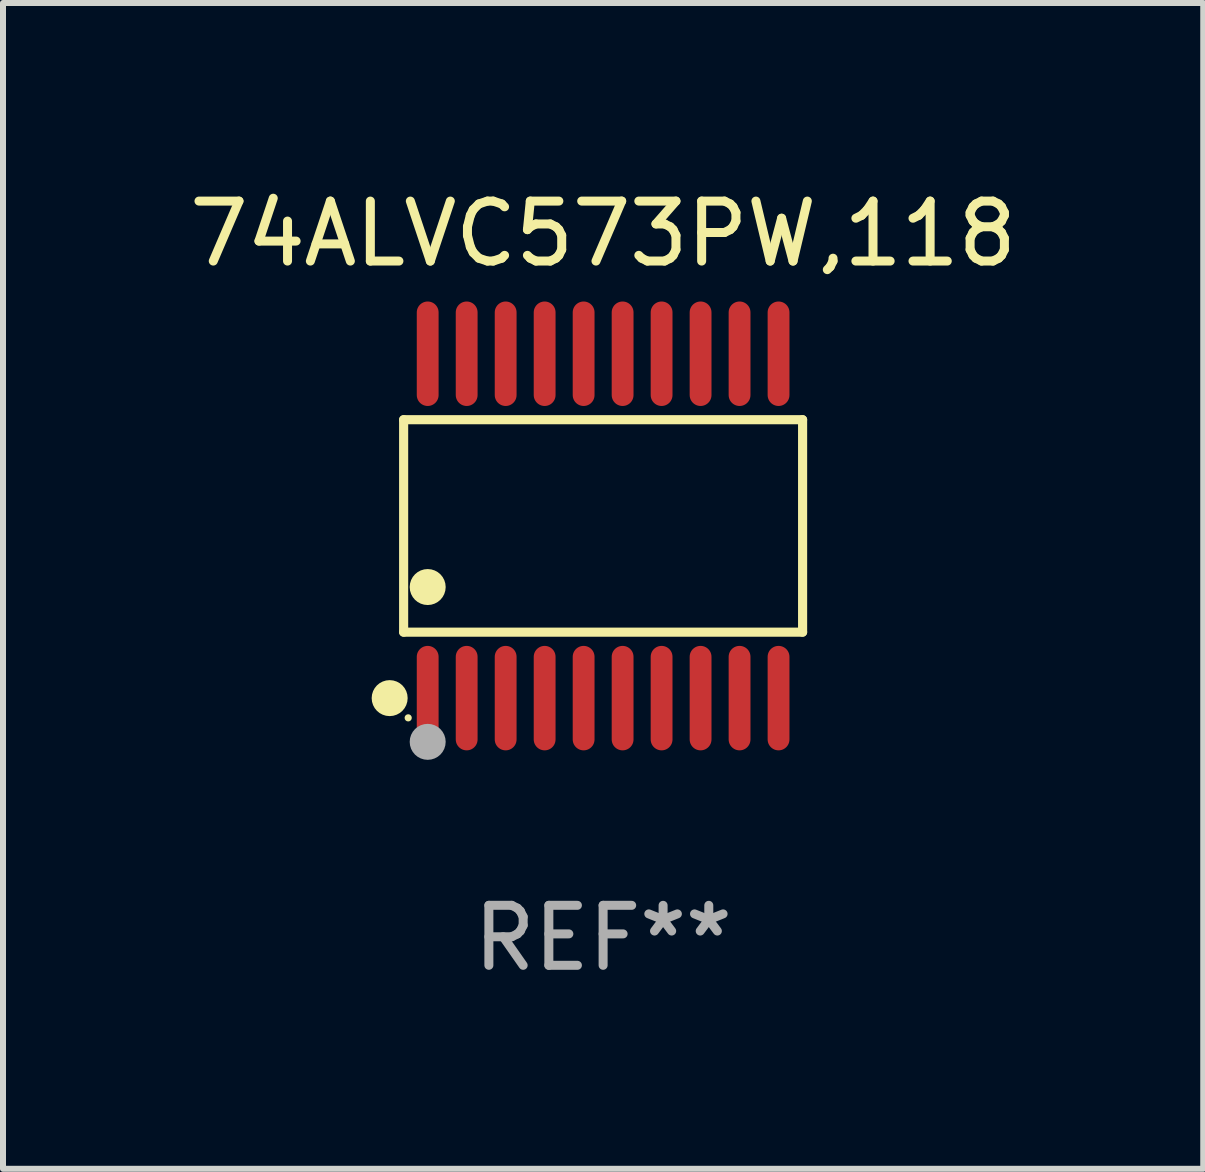
<source format=kicad_pcb>
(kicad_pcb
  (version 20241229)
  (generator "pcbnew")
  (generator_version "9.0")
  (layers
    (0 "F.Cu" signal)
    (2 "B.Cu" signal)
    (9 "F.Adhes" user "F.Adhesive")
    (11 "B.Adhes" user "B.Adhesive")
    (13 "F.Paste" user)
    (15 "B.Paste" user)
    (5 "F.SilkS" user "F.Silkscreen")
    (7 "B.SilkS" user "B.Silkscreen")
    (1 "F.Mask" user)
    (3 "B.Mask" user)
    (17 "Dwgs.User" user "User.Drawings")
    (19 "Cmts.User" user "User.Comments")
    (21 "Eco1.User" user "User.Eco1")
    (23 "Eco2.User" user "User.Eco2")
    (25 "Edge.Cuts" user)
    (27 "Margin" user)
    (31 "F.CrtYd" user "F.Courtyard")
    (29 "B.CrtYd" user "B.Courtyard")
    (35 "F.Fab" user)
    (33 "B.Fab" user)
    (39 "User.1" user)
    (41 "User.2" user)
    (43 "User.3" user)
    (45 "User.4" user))
  (footprint "74ALVC573PW,118"
    (layer "F.Cu")
    (at 7.006 5.719)
    (property "Reference" "74ALVC573PW,118" (at 0 -4.871 0) (layer "F.SilkS") (effects (font (size 1 1) (thickness 0.15))))
    (attr through_hole)
    (fp_line (start -3.326 -1.771) (end 3.326 -1.771) (stroke (width 0.152) (type solid)) (layer "F.SilkS"))
    (fp_line (start -3.326 1.771) (end -3.326 -1.771) (stroke (width 0.152) (type solid)) (layer "F.SilkS"))
    (fp_line (start 3.326 -1.771) (end 3.326 1.771) (stroke (width 0.152) (type solid)) (layer "F.SilkS"))
    (fp_line (start 3.326 1.771) (end -3.326 1.771) (stroke (width 0.152) (type solid)) (layer "F.SilkS"))
    (fp_circle (center -3.559 2.871) (end -3.409 2.871) (stroke (width 0.3) (type solid)) (fill no) (layer "F.SilkS"))
    (fp_circle (center -3.25 3.2) (end -3.22 3.2) (stroke (width 0.06) (type solid)) (fill no) (layer "F.SilkS"))
    (fp_circle (center -2.925 1.019) (end -2.775 1.019) (stroke (width 0.3) (type solid)) (fill no) (layer "F.SilkS"))
    (fp_circle (center -2.925 3.6) (end -2.775 3.6) (stroke (width 0.3) (type solid)) (fill no) (layer "F.Fab"))
    (fp_text user "REF**" (at 0 6.871 0) (layer "F.Fab") (effects (font (size 1 1) (thickness 0.15))))
    (pad "1" smd oval (at -2.925 2.871) (size 0.364 1.742) (layers "F.Cu" "F.Mask" "F.Paste"))
    (pad "2" smd oval (at -2.275 2.871) (size 0.364 1.742) (layers "F.Cu" "F.Mask" "F.Paste"))
    (pad "3" smd oval (at -1.625 2.871) (size 0.364 1.742) (layers "F.Cu" "F.Mask" "F.Paste"))
    (pad "4" smd oval (at -0.975 2.871) (size 0.364 1.742) (layers "F.Cu" "F.Mask" "F.Paste"))
    (pad "5" smd oval (at -0.325 2.871) (size 0.364 1.742) (layers "F.Cu" "F.Mask" "F.Paste"))
    (pad "6" smd oval (at 0.325 2.871) (size 0.364 1.742) (layers "F.Cu" "F.Mask" "F.Paste"))
    (pad "7" smd oval (at 0.975 2.871) (size 0.364 1.742) (layers "F.Cu" "F.Mask" "F.Paste"))
    (pad "8" smd oval (at 1.625 2.871) (size 0.364 1.742) (layers "F.Cu" "F.Mask" "F.Paste"))
    (pad "9" smd oval (at 2.275 2.871) (size 0.364 1.742) (layers "F.Cu" "F.Mask" "F.Paste"))
    (pad "10" smd oval (at 2.925 2.871) (size 0.364 1.742) (layers "F.Cu" "F.Mask" "F.Paste"))
    (pad "11" smd oval (at 2.925 -2.871) (size 0.364 1.742) (layers "F.Cu" "F.Mask" "F.Paste"))
    (pad "12" smd oval (at 2.275 -2.871) (size 0.364 1.742) (layers "F.Cu" "F.Mask" "F.Paste"))
    (pad "13" smd oval (at 1.625 -2.871) (size 0.364 1.742) (layers "F.Cu" "F.Mask" "F.Paste"))
    (pad "14" smd oval (at 0.975 -2.871) (size 0.364 1.742) (layers "F.Cu" "F.Mask" "F.Paste"))
    (pad "15" smd oval (at 0.325 -2.871) (size 0.364 1.742) (layers "F.Cu" "F.Mask" "F.Paste"))
    (pad "16" smd oval (at -0.325 -2.871) (size 0.364 1.742) (layers "F.Cu" "F.Mask" "F.Paste"))
    (pad "17" smd oval (at -0.975 -2.871) (size 0.364 1.742) (layers "F.Cu" "F.Mask" "F.Paste"))
    (pad "18" smd oval (at -1.625 -2.871) (size 0.364 1.742) (layers "F.Cu" "F.Mask" "F.Paste"))
    (pad "19" smd oval (at -2.275 -2.871) (size 0.364 1.742) (layers "F.Cu" "F.Mask" "F.Paste"))
    (pad "20" smd oval (at -2.925 -2.871) (size 0.364 1.742) (layers "F.Cu" "F.Mask" "F.Paste")))
  (gr_rect
    (start -3 -3)
    (end 17.012 16.438)
    (stroke (width 0.1) (type default))
    (fill no)
    (layer "Edge.Cuts")))
</source>
